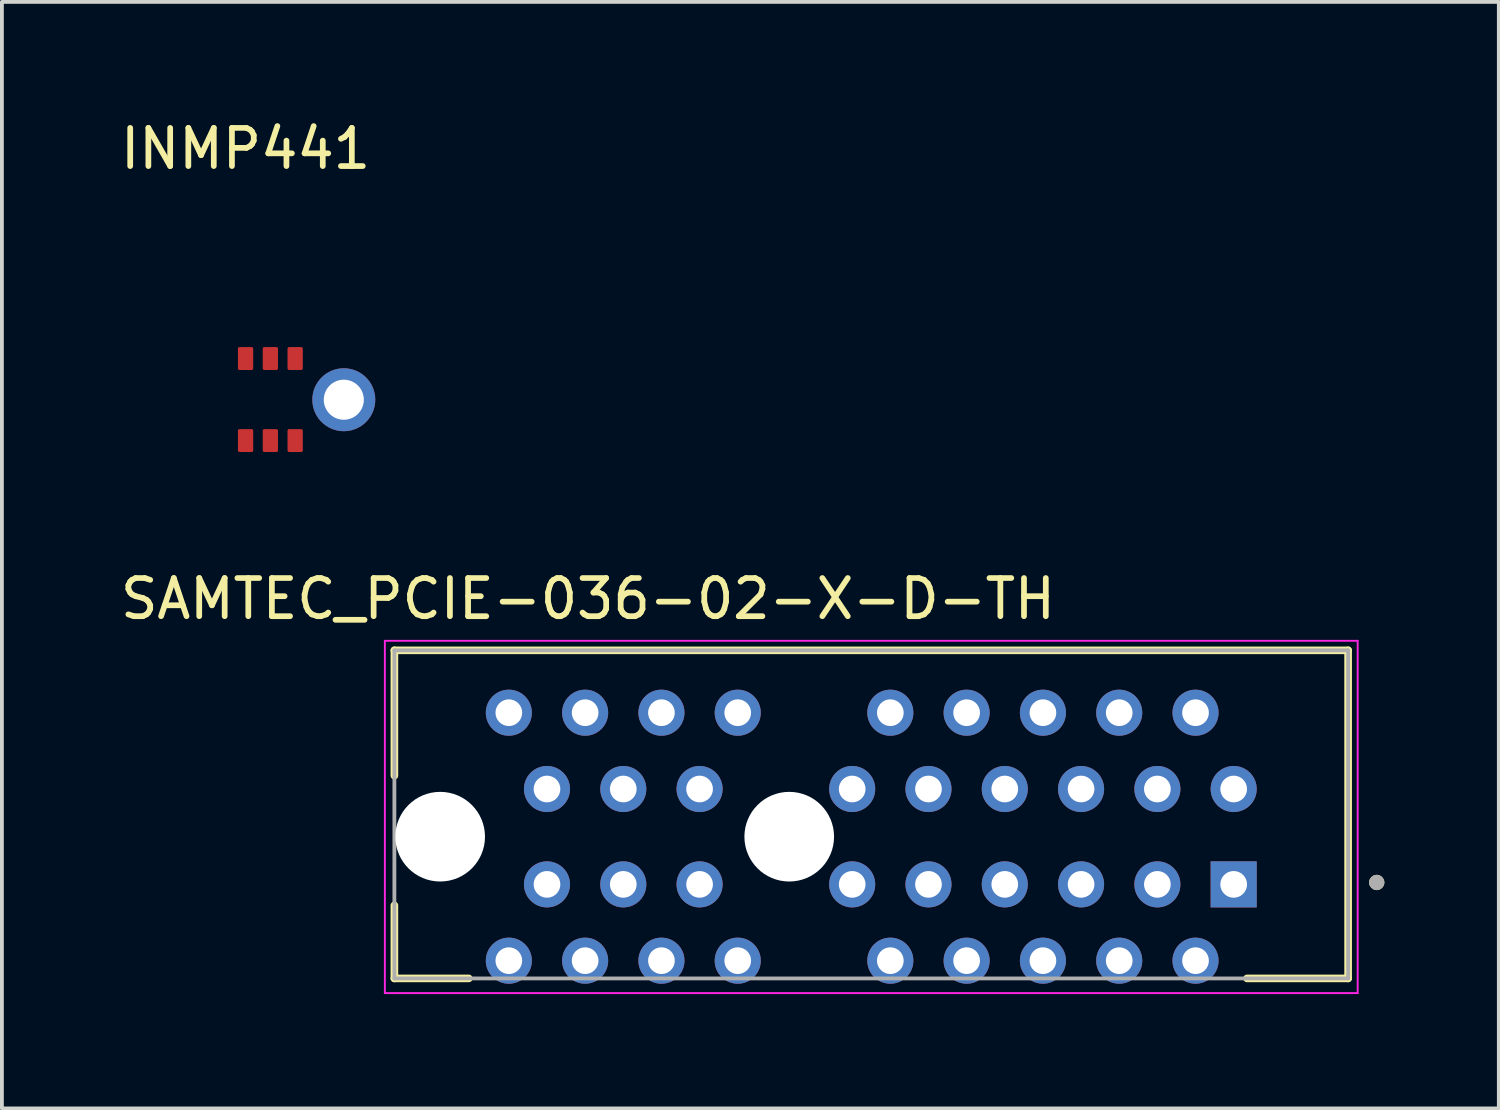
<source format=kicad_pcb>
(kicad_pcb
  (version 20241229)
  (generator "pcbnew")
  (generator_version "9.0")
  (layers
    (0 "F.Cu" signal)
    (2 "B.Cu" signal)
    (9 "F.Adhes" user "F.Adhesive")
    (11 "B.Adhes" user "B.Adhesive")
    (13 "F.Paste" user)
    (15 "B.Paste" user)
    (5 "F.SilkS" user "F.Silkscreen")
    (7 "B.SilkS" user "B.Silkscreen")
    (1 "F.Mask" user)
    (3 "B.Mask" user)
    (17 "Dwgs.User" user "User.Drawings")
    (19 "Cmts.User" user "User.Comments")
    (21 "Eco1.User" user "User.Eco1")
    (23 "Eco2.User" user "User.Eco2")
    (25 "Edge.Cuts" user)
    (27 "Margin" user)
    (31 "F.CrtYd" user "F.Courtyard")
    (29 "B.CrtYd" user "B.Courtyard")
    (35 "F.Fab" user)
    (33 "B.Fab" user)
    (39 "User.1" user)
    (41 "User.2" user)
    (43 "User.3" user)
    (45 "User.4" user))
  (footprint "INMP441"
    (layer "F.Cu")
    (at 3.387 1.348)
    (property "Reference" "INMP441" (at 0 -0.5 0) (unlocked yes) (layer "F.SilkS") (effects (font (size 1 1) (thickness 0.15))))
    (attr smd)
    (pad "1" smd roundrect (at 0 7.15) (size 0.4 0.6) (layers "F.Cu" "F.Mask" "F.Paste") (roundrect_rratio 0.1))
    (pad "2" smd roundrect (at 0.65 7.15) (size 0.4 0.6) (layers "F.Cu" "F.Mask" "F.Paste") (roundrect_rratio 0.1))
    (pad "3" smd roundrect (at 1.3 7.15) (size 0.4 0.6) (layers "F.Cu" "F.Mask" "F.Paste") (roundrect_rratio 0.1))
    (pad "4" thru_hole circle (at 2.575 6.08) (size 1.65 1.65) (drill 1.05) (layers "*.Cu" "*.Mask"))
    (pad "5" smd roundrect (at 1.3 5) (size 0.4 0.6) (layers "F.Cu" "F.Mask" "F.Paste") (roundrect_rratio 0.1))
    (pad "6" smd roundrect (at 0.65 5) (size 0.4 0.6) (layers "F.Cu" "F.Mask" "F.Paste") (roundrect_rratio 0.1))
    (pad "7" smd roundrect (at 0 5) (size 0.4 0.6) (layers "F.Cu" "F.Mask" "F.Paste") (roundrect_rratio 0.1)))
  (footprint "SAMTEC_PCIE-036-02-X-D-TH"
    (layer "F.Cu")
    (at 19.788 18.297)
    (property "Reference" "SAMTEC_PCIE-036-02-X-D-TH" (at -7.425 -5.65 0) (layer "F.SilkS") (effects (font (size 1 1) (thickness 0.15))))
    (attr through_hole)
    (fp_line (start -12.5 -4.3) (end 12.5 -4.3) (stroke (width 0.2) (type solid)) (layer "F.SilkS"))
    (fp_line (start -12.5 -1.015) (end -12.5 -4.3) (stroke (width 0.2) (type solid)) (layer "F.SilkS"))
    (fp_line (start -12.5 4.3) (end -12.5 2.385) (stroke (width 0.2) (type solid)) (layer "F.SilkS"))
    (fp_line (start -10.55 4.3) (end -12.5 4.3) (stroke (width 0.2) (type solid)) (layer "F.SilkS"))
    (fp_line (start 12.5 -4.3) (end 12.5 4.3) (stroke (width 0.2) (type solid)) (layer "F.SilkS"))
    (fp_line (start 12.5 4.3) (end 9.85 4.3) (stroke (width 0.2) (type solid)) (layer "F.SilkS"))
    (fp_circle (center 13.25 1.785) (end 13.35 1.785) (stroke (width 0.2) (type solid)) (fill no) (layer "F.SilkS"))
    (fp_line (start -12.75 -4.55) (end 12.75 -4.55) (stroke (width 0.05) (type solid)) (layer "F.CrtYd"))
    (fp_line (start -12.75 4.685) (end -12.75 -4.55) (stroke (width 0.05) (type solid)) (layer "F.CrtYd"))
    (fp_line (start 12.75 -4.55) (end 12.75 4.685) (stroke (width 0.05) (type solid)) (layer "F.CrtYd"))
    (fp_line (start 12.75 4.685) (end -12.75 4.685) (stroke (width 0.05) (type solid)) (layer "F.CrtYd"))
    (fp_line (start -12.5 -4.3) (end 12.5 -4.3) (stroke (width 0.1) (type solid)) (layer "F.Fab"))
    (fp_line (start -12.5 4.3) (end -12.5 -4.3) (stroke (width 0.1) (type solid)) (layer "F.Fab"))
    (fp_line (start 12.5 -4.3) (end 12.5 4.3) (stroke (width 0.1) (type solid)) (layer "F.Fab"))
    (fp_line (start 12.5 4.3) (end -12.5 4.3) (stroke (width 0.1) (type solid)) (layer "F.Fab"))
    (fp_circle (center 13.25 1.785) (end 13.35 1.785) (stroke (width 0.2) (type solid)) (fill no) (layer "F.Fab"))
    (pad "" np_thru_hole circle (at -11.3 0.585) (size 2.35 2.35) (drill 2.35) (layers "*.Cu" "*.Mask"))
    (pad "" np_thru_hole circle (at -2.15 0.585) (size 2.35 2.35) (drill 2.35) (layers "*.Cu" "*.Mask"))
    (pad "A1" thru_hole rect (at 9.5 1.835) (size 1.208 1.208) (drill 0.7) (layers "*.Cu" "*.Mask"))
    (pad "A2" thru_hole circle (at 8.5 3.835) (size 1.208 1.208) (drill 0.7) (layers "*.Cu" "*.Mask"))
    (pad "A3" thru_hole circle (at 7.5 1.835) (size 1.208 1.208) (drill 0.7) (layers "*.Cu" "*.Mask"))
    (pad "A4" thru_hole circle (at 6.5 3.835) (size 1.208 1.208) (drill 0.7) (layers "*.Cu" "*.Mask"))
    (pad "A5" thru_hole circle (at 5.5 1.835) (size 1.208 1.208) (drill 0.7) (layers "*.Cu" "*.Mask"))
    (pad "A6" thru_hole circle (at 4.5 3.835) (size 1.208 1.208) (drill 0.7) (layers "*.Cu" "*.Mask"))
    (pad "A7" thru_hole circle (at 3.5 1.835) (size 1.208 1.208) (drill 0.7) (layers "*.Cu" "*.Mask"))
    (pad "A8" thru_hole circle (at 2.5 3.835) (size 1.208 1.208) (drill 0.7) (layers "*.Cu" "*.Mask"))
    (pad "A9" thru_hole circle (at 1.5 1.835) (size 1.208 1.208) (drill 0.7) (layers "*.Cu" "*.Mask"))
    (pad "A10" thru_hole circle (at 0.5 3.835) (size 1.208 1.208) (drill 0.7) (layers "*.Cu" "*.Mask"))
    (pad "A11" thru_hole circle (at -0.5 1.835) (size 1.208 1.208) (drill 0.7) (layers "*.Cu" "*.Mask"))
    (pad "A12" thru_hole circle (at -3.5 3.835) (size 1.208 1.208) (drill 0.7) (layers "*.Cu" "*.Mask"))
    (pad "A13" thru_hole circle (at -4.5 1.835) (size 1.208 1.208) (drill 0.7) (layers "*.Cu" "*.Mask"))
    (pad "A14" thru_hole circle (at -5.5 3.835) (size 1.208 1.208) (drill 0.7) (layers "*.Cu" "*.Mask"))
    (pad "A15" thru_hole circle (at -6.5 1.835) (size 1.208 1.208) (drill 0.7) (layers "*.Cu" "*.Mask"))
    (pad "A16" thru_hole circle (at -7.5 3.835) (size 1.208 1.208) (drill 0.7) (layers "*.Cu" "*.Mask"))
    (pad "A17" thru_hole circle (at -8.5 1.835) (size 1.208 1.208) (drill 0.7) (layers "*.Cu" "*.Mask"))
    (pad "A18" thru_hole circle (at -9.5 3.835) (size 1.208 1.208) (drill 0.7) (layers "*.Cu" "*.Mask"))
    (pad "B1" thru_hole circle (at 9.5 -0.665) (size 1.208 1.208) (drill 0.7) (layers "*.Cu" "*.Mask"))
    (pad "B2" thru_hole circle (at 8.5 -2.665) (size 1.208 1.208) (drill 0.7) (layers "*.Cu" "*.Mask"))
    (pad "B3" thru_hole circle (at 7.5 -0.665) (size 1.208 1.208) (drill 0.7) (layers "*.Cu" "*.Mask"))
    (pad "B4" thru_hole circle (at 6.5 -2.665) (size 1.208 1.208) (drill 0.7) (layers "*.Cu" "*.Mask"))
    (pad "B5" thru_hole circle (at 5.5 -0.665) (size 1.208 1.208) (drill 0.7) (layers "*.Cu" "*.Mask"))
    (pad "B6" thru_hole circle (at 4.5 -2.665) (size 1.208 1.208) (drill 0.7) (layers "*.Cu" "*.Mask"))
    (pad "B7" thru_hole circle (at 3.5 -0.665) (size 1.208 1.208) (drill 0.7) (layers "*.Cu" "*.Mask"))
    (pad "B8" thru_hole circle (at 2.5 -2.665) (size 1.208 1.208) (drill 0.7) (layers "*.Cu" "*.Mask"))
    (pad "B9" thru_hole circle (at 1.5 -0.665) (size 1.208 1.208) (drill 0.7) (layers "*.Cu" "*.Mask"))
    (pad "B10" thru_hole circle (at 0.5 -2.665) (size 1.208 1.208) (drill 0.7) (layers "*.Cu" "*.Mask"))
    (pad "B11" thru_hole circle (at -0.5 -0.665) (size 1.208 1.208) (drill 0.7) (layers "*.Cu" "*.Mask"))
    (pad "B12" thru_hole circle (at -3.5 -2.665) (size 1.208 1.208) (drill 0.7) (layers "*.Cu" "*.Mask"))
    (pad "B13" thru_hole circle (at -4.5 -0.665) (size 1.208 1.208) (drill 0.7) (layers "*.Cu" "*.Mask"))
    (pad "B14" thru_hole circle (at -5.5 -2.665) (size 1.208 1.208) (drill 0.7) (layers "*.Cu" "*.Mask"))
    (pad "B15" thru_hole circle (at -6.5 -0.665) (size 1.208 1.208) (drill 0.7) (layers "*.Cu" "*.Mask"))
    (pad "B16" thru_hole circle (at -7.5 -2.665) (size 1.208 1.208) (drill 0.7) (layers "*.Cu" "*.Mask"))
    (pad "B17" thru_hole circle (at -8.5 -0.665) (size 1.208 1.208) (drill 0.7) (layers "*.Cu" "*.Mask"))
    (pad "B18" thru_hole circle (at -9.5 -2.665) (size 1.208 1.208) (drill 0.7) (layers "*.Cu" "*.Mask")))
  (gr_rect
    (start -3 -3)
    (end 36.238 26.006)
    (stroke (width 0.1) (type default))
    (fill no)
    (layer "Edge.Cuts")))
</source>
